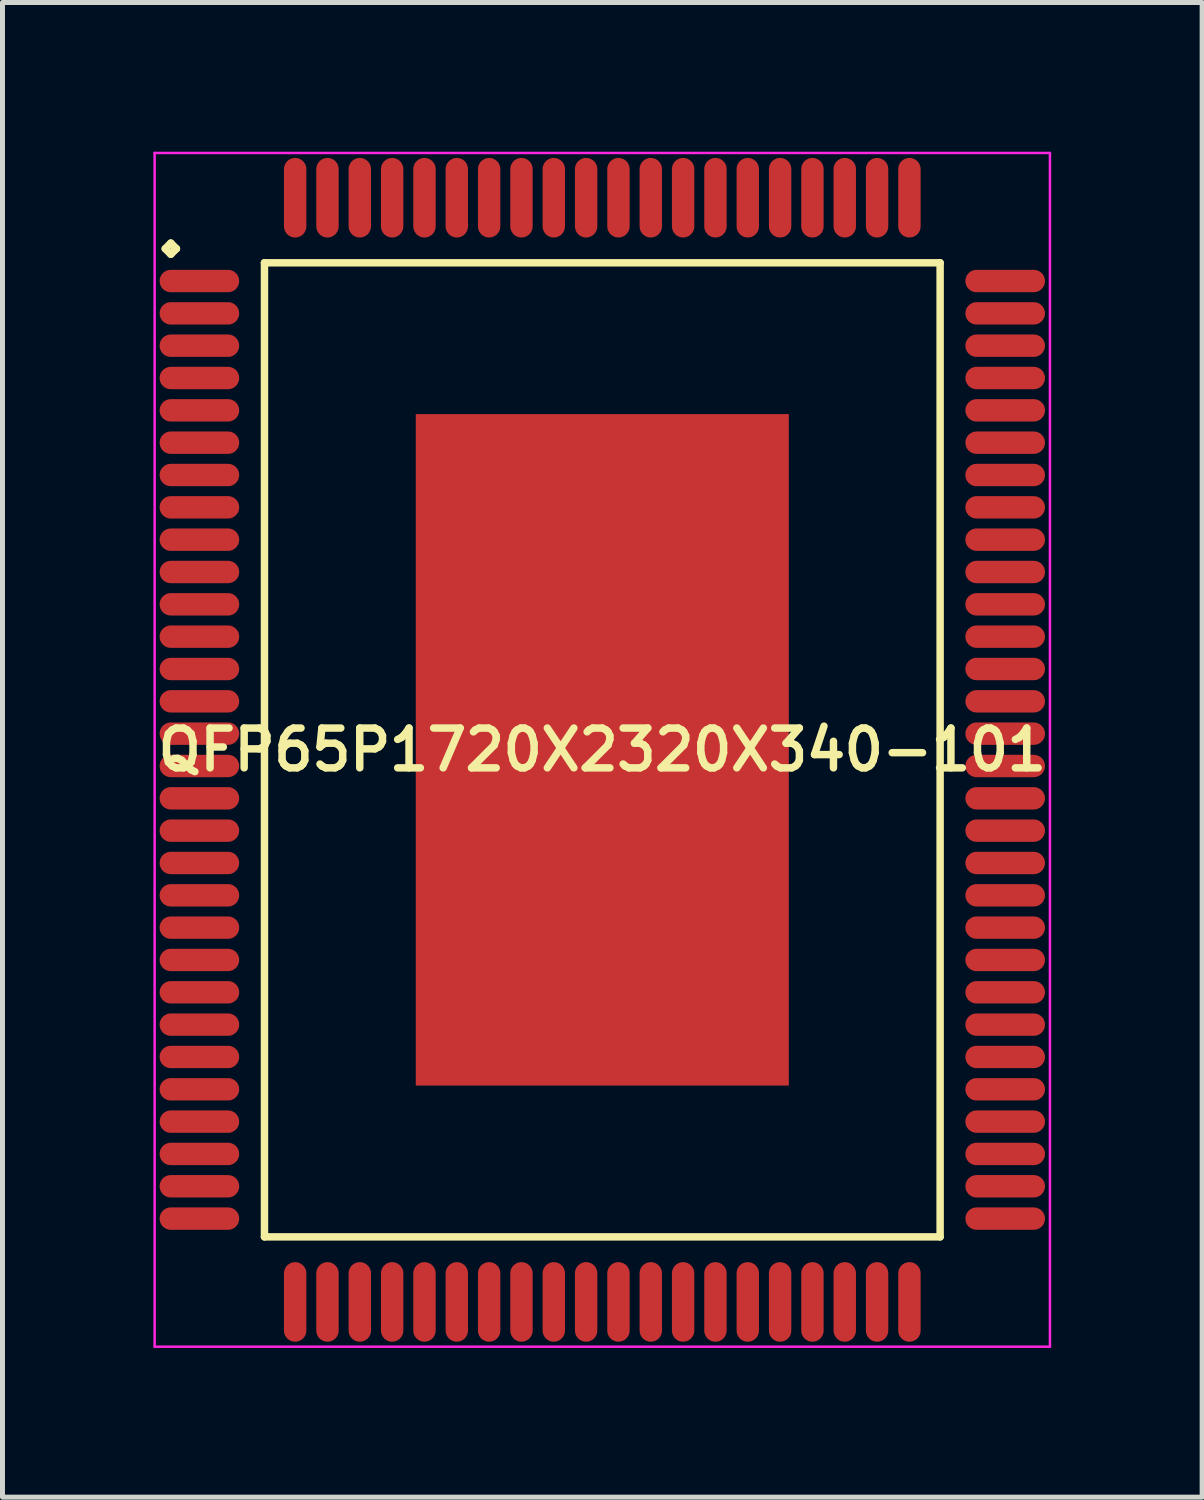
<source format=kicad_pcb>
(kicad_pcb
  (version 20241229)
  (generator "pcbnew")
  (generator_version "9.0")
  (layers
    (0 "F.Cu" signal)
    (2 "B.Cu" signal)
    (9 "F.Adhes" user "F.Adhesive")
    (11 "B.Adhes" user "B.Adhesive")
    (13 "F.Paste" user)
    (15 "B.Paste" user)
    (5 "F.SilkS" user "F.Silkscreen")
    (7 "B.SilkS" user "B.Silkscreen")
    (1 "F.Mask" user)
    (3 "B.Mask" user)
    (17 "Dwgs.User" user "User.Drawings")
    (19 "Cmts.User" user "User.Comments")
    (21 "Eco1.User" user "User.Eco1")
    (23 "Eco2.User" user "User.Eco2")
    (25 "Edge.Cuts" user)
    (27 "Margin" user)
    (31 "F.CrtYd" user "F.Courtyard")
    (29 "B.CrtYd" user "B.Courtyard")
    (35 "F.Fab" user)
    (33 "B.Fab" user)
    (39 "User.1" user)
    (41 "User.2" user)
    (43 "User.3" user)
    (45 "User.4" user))
  (footprint "QFP65P1720X2320X340-101"
    (layer "F.Cu")
    (at 9.059 12.025)
    (property "Reference" "QFP65P1720X2320X340-101" (at 0 0 0) (layer "F.SilkS") (effects (font (size 0.8 0.8) (thickness 0.15))))
    (attr smd)
    (fp_line (start -8.787 -10.075) (end -8.675 -10.188) (stroke (width 0.15) (type solid)) (layer "F.SilkS"))
    (fp_line (start -8.675 -10.188) (end -8.562 -10.075) (stroke (width 0.15) (type solid)) (layer "F.SilkS"))
    (fp_line (start -8.675 -9.963) (end -8.787 -10.075) (stroke (width 0.15) (type solid)) (layer "F.SilkS"))
    (fp_line (start -8.562 -10.075) (end -8.675 -9.963) (stroke (width 0.15) (type solid)) (layer "F.SilkS"))
    (fp_line (start -6.792 -9.792) (end -6.792 9.792) (stroke (width 0.15) (type solid)) (layer "F.SilkS"))
    (fp_line (start -6.792 9.792) (end 6.792 9.792) (stroke (width 0.15) (type solid)) (layer "F.SilkS"))
    (fp_line (start 6.792 -9.792) (end -6.792 -9.792) (stroke (width 0.15) (type solid)) (layer "F.SilkS"))
    (fp_line (start 6.792 9.792) (end 6.792 -9.792) (stroke (width 0.15) (type solid)) (layer "F.SilkS"))
    (fp_line (start -9 -12) (end 9 -12) (stroke (width 0.05) (type solid)) (layer "F.CrtYd"))
    (fp_line (start -9 12) (end -9 -12) (stroke (width 0.05) (type solid)) (layer "F.CrtYd"))
    (fp_line (start 9 -12) (end 9 12) (stroke (width 0.05) (type solid)) (layer "F.CrtYd"))
    (fp_line (start 9 12) (end -9 12) (stroke (width 0.05) (type solid)) (layer "F.CrtYd"))
    (pad "1" smd oval (at -8.1 -9.425) (size 1.6 0.45) (layers "F.Cu" "F.Mask" "F.Paste"))
    (pad "2" smd oval (at -8.1 -8.775) (size 1.6 0.45) (layers "F.Cu" "F.Mask" "F.Paste"))
    (pad "3" smd oval (at -8.1 -8.125) (size 1.6 0.45) (layers "F.Cu" "F.Mask" "F.Paste"))
    (pad "4" smd oval (at -8.1 -7.475) (size 1.6 0.45) (layers "F.Cu" "F.Mask" "F.Paste"))
    (pad "5" smd oval (at -8.1 -6.825) (size 1.6 0.45) (layers "F.Cu" "F.Mask" "F.Paste"))
    (pad "6" smd oval (at -8.1 -6.175) (size 1.6 0.45) (layers "F.Cu" "F.Mask" "F.Paste"))
    (pad "7" smd oval (at -8.1 -5.525) (size 1.6 0.45) (layers "F.Cu" "F.Mask" "F.Paste"))
    (pad "8" smd oval (at -8.1 -4.875) (size 1.6 0.45) (layers "F.Cu" "F.Mask" "F.Paste"))
    (pad "9" smd oval (at -8.1 -4.225) (size 1.6 0.45) (layers "F.Cu" "F.Mask" "F.Paste"))
    (pad "10" smd oval (at -8.1 -3.575) (size 1.6 0.45) (layers "F.Cu" "F.Mask" "F.Paste"))
    (pad "11" smd oval (at -8.1 -2.925) (size 1.6 0.45) (layers "F.Cu" "F.Mask" "F.Paste"))
    (pad "12" smd oval (at -8.1 -2.275) (size 1.6 0.45) (layers "F.Cu" "F.Mask" "F.Paste"))
    (pad "13" smd oval (at -8.1 -1.625) (size 1.6 0.45) (layers "F.Cu" "F.Mask" "F.Paste"))
    (pad "14" smd oval (at -8.1 -0.975) (size 1.6 0.45) (layers "F.Cu" "F.Mask" "F.Paste"))
    (pad "15" smd oval (at -8.1 -0.325) (size 1.6 0.45) (layers "F.Cu" "F.Mask" "F.Paste"))
    (pad "16" smd oval (at -8.1 0.325) (size 1.6 0.45) (layers "F.Cu" "F.Mask" "F.Paste"))
    (pad "17" smd oval (at -8.1 0.975) (size 1.6 0.45) (layers "F.Cu" "F.Mask" "F.Paste"))
    (pad "18" smd oval (at -8.1 1.625) (size 1.6 0.45) (layers "F.Cu" "F.Mask" "F.Paste"))
    (pad "19" smd oval (at -8.1 2.275) (size 1.6 0.45) (layers "F.Cu" "F.Mask" "F.Paste"))
    (pad "20" smd oval (at -8.1 2.925) (size 1.6 0.45) (layers "F.Cu" "F.Mask" "F.Paste"))
    (pad "21" smd oval (at -8.1 3.575) (size 1.6 0.45) (layers "F.Cu" "F.Mask" "F.Paste"))
    (pad "22" smd oval (at -8.1 4.225) (size 1.6 0.45) (layers "F.Cu" "F.Mask" "F.Paste"))
    (pad "23" smd oval (at -8.1 4.875) (size 1.6 0.45) (layers "F.Cu" "F.Mask" "F.Paste"))
    (pad "24" smd oval (at -8.1 5.525) (size 1.6 0.45) (layers "F.Cu" "F.Mask" "F.Paste"))
    (pad "25" smd oval (at -8.1 6.175) (size 1.6 0.45) (layers "F.Cu" "F.Mask" "F.Paste"))
    (pad "26" smd oval (at -8.1 6.825) (size 1.6 0.45) (layers "F.Cu" "F.Mask" "F.Paste"))
    (pad "27" smd oval (at -8.1 7.475) (size 1.6 0.45) (layers "F.Cu" "F.Mask" "F.Paste"))
    (pad "28" smd oval (at -8.1 8.125) (size 1.6 0.45) (layers "F.Cu" "F.Mask" "F.Paste"))
    (pad "29" smd oval (at -8.1 8.775) (size 1.6 0.45) (layers "F.Cu" "F.Mask" "F.Paste"))
    (pad "30" smd oval (at -8.1 9.425) (size 1.6 0.45) (layers "F.Cu" "F.Mask" "F.Paste"))
    (pad "31" smd oval (at -6.175 11.1) (size 0.45 1.6) (layers "F.Cu" "F.Mask" "F.Paste"))
    (pad "32" smd oval (at -5.525 11.1) (size 0.45 1.6) (layers "F.Cu" "F.Mask" "F.Paste"))
    (pad "33" smd oval (at -4.875 11.1) (size 0.45 1.6) (layers "F.Cu" "F.Mask" "F.Paste"))
    (pad "34" smd oval (at -4.225 11.1) (size 0.45 1.6) (layers "F.Cu" "F.Mask" "F.Paste"))
    (pad "35" smd oval (at -3.575 11.1) (size 0.45 1.6) (layers "F.Cu" "F.Mask" "F.Paste"))
    (pad "36" smd oval (at -2.925 11.1) (size 0.45 1.6) (layers "F.Cu" "F.Mask" "F.Paste"))
    (pad "37" smd oval (at -2.275 11.1) (size 0.45 1.6) (layers "F.Cu" "F.Mask" "F.Paste"))
    (pad "38" smd oval (at -1.625 11.1) (size 0.45 1.6) (layers "F.Cu" "F.Mask" "F.Paste"))
    (pad "39" smd oval (at -0.975 11.1) (size 0.45 1.6) (layers "F.Cu" "F.Mask" "F.Paste"))
    (pad "40" smd oval (at -0.325 11.1) (size 0.45 1.6) (layers "F.Cu" "F.Mask" "F.Paste"))
    (pad "41" smd oval (at 0.325 11.1) (size 0.45 1.6) (layers "F.Cu" "F.Mask" "F.Paste"))
    (pad "42" smd oval (at 0.975 11.1) (size 0.45 1.6) (layers "F.Cu" "F.Mask" "F.Paste"))
    (pad "43" smd oval (at 1.625 11.1) (size 0.45 1.6) (layers "F.Cu" "F.Mask" "F.Paste"))
    (pad "44" smd oval (at 2.275 11.1) (size 0.45 1.6) (layers "F.Cu" "F.Mask" "F.Paste"))
    (pad "45" smd oval (at 2.925 11.1) (size 0.45 1.6) (layers "F.Cu" "F.Mask" "F.Paste"))
    (pad "46" smd oval (at 3.575 11.1) (size 0.45 1.6) (layers "F.Cu" "F.Mask" "F.Paste"))
    (pad "47" smd oval (at 4.225 11.1) (size 0.45 1.6) (layers "F.Cu" "F.Mask" "F.Paste"))
    (pad "48" smd oval (at 4.875 11.1) (size 0.45 1.6) (layers "F.Cu" "F.Mask" "F.Paste"))
    (pad "49" smd oval (at 5.525 11.1) (size 0.45 1.6) (layers "F.Cu" "F.Mask" "F.Paste"))
    (pad "50" smd oval (at 6.175 11.1) (size 0.45 1.6) (layers "F.Cu" "F.Mask" "F.Paste"))
    (pad "51" smd oval (at 8.1 9.425) (size 1.6 0.45) (layers "F.Cu" "F.Mask" "F.Paste"))
    (pad "52" smd oval (at 8.1 8.775) (size 1.6 0.45) (layers "F.Cu" "F.Mask" "F.Paste"))
    (pad "53" smd oval (at 8.1 8.125) (size 1.6 0.45) (layers "F.Cu" "F.Mask" "F.Paste"))
    (pad "54" smd oval (at 8.1 7.475) (size 1.6 0.45) (layers "F.Cu" "F.Mask" "F.Paste"))
    (pad "55" smd oval (at 8.1 6.825) (size 1.6 0.45) (layers "F.Cu" "F.Mask" "F.Paste"))
    (pad "56" smd oval (at 8.1 6.175) (size 1.6 0.45) (layers "F.Cu" "F.Mask" "F.Paste"))
    (pad "57" smd oval (at 8.1 5.525) (size 1.6 0.45) (layers "F.Cu" "F.Mask" "F.Paste"))
    (pad "58" smd oval (at 8.1 4.875) (size 1.6 0.45) (layers "F.Cu" "F.Mask" "F.Paste"))
    (pad "59" smd oval (at 8.1 4.225) (size 1.6 0.45) (layers "F.Cu" "F.Mask" "F.Paste"))
    (pad "60" smd oval (at 8.1 3.575) (size 1.6 0.45) (layers "F.Cu" "F.Mask" "F.Paste"))
    (pad "61" smd oval (at 8.1 2.925) (size 1.6 0.45) (layers "F.Cu" "F.Mask" "F.Paste"))
    (pad "62" smd oval (at 8.1 2.275) (size 1.6 0.45) (layers "F.Cu" "F.Mask" "F.Paste"))
    (pad "63" smd oval (at 8.1 1.625) (size 1.6 0.45) (layers "F.Cu" "F.Mask" "F.Paste"))
    (pad "64" smd oval (at 8.1 0.975) (size 1.6 0.45) (layers "F.Cu" "F.Mask" "F.Paste"))
    (pad "65" smd oval (at 8.1 0.325) (size 1.6 0.45) (layers "F.Cu" "F.Mask" "F.Paste"))
    (pad "66" smd oval (at 8.1 -0.325) (size 1.6 0.45) (layers "F.Cu" "F.Mask" "F.Paste"))
    (pad "67" smd oval (at 8.1 -0.975) (size 1.6 0.45) (layers "F.Cu" "F.Mask" "F.Paste"))
    (pad "68" smd oval (at 8.1 -1.625) (size 1.6 0.45) (layers "F.Cu" "F.Mask" "F.Paste"))
    (pad "69" smd oval (at 8.1 -2.275) (size 1.6 0.45) (layers "F.Cu" "F.Mask" "F.Paste"))
    (pad "70" smd oval (at 8.1 -2.925) (size 1.6 0.45) (layers "F.Cu" "F.Mask" "F.Paste"))
    (pad "71" smd oval (at 8.1 -3.575) (size 1.6 0.45) (layers "F.Cu" "F.Mask" "F.Paste"))
    (pad "72" smd oval (at 8.1 -4.225) (size 1.6 0.45) (layers "F.Cu" "F.Mask" "F.Paste"))
    (pad "73" smd oval (at 8.1 -4.875) (size 1.6 0.45) (layers "F.Cu" "F.Mask" "F.Paste"))
    (pad "74" smd oval (at 8.1 -5.525) (size 1.6 0.45) (layers "F.Cu" "F.Mask" "F.Paste"))
    (pad "75" smd oval (at 8.1 -6.175) (size 1.6 0.45) (layers "F.Cu" "F.Mask" "F.Paste"))
    (pad "76" smd oval (at 8.1 -6.825) (size 1.6 0.45) (layers "F.Cu" "F.Mask" "F.Paste"))
    (pad "77" smd oval (at 8.1 -7.475) (size 1.6 0.45) (layers "F.Cu" "F.Mask" "F.Paste"))
    (pad "78" smd oval (at 8.1 -8.125) (size 1.6 0.45) (layers "F.Cu" "F.Mask" "F.Paste"))
    (pad "79" smd oval (at 8.1 -8.775) (size 1.6 0.45) (layers "F.Cu" "F.Mask" "F.Paste"))
    (pad "80" smd oval (at 8.1 -9.425) (size 1.6 0.45) (layers "F.Cu" "F.Mask" "F.Paste"))
    (pad "81" smd oval (at 6.175 -11.1) (size 0.45 1.6) (layers "F.Cu" "F.Mask" "F.Paste"))
    (pad "82" smd oval (at 5.525 -11.1) (size 0.45 1.6) (layers "F.Cu" "F.Mask" "F.Paste"))
    (pad "83" smd oval (at 4.875 -11.1) (size 0.45 1.6) (layers "F.Cu" "F.Mask" "F.Paste"))
    (pad "84" smd oval (at 4.225 -11.1) (size 0.45 1.6) (layers "F.Cu" "F.Mask" "F.Paste"))
    (pad "85" smd oval (at 3.575 -11.1) (size 0.45 1.6) (layers "F.Cu" "F.Mask" "F.Paste"))
    (pad "86" smd oval (at 2.925 -11.1) (size 0.45 1.6) (layers "F.Cu" "F.Mask" "F.Paste"))
    (pad "87" smd oval (at 2.275 -11.1) (size 0.45 1.6) (layers "F.Cu" "F.Mask" "F.Paste"))
    (pad "88" smd oval (at 1.625 -11.1) (size 0.45 1.6) (layers "F.Cu" "F.Mask" "F.Paste"))
    (pad "89" smd oval (at 0.975 -11.1) (size 0.45 1.6) (layers "F.Cu" "F.Mask" "F.Paste"))
    (pad "90" smd oval (at 0.325 -11.1) (size 0.45 1.6) (layers "F.Cu" "F.Mask" "F.Paste"))
    (pad "91" smd oval (at -0.325 -11.1) (size 0.45 1.6) (layers "F.Cu" "F.Mask" "F.Paste"))
    (pad "92" smd oval (at -0.975 -11.1) (size 0.45 1.6) (layers "F.Cu" "F.Mask" "F.Paste"))
    (pad "93" smd oval (at -1.625 -11.1) (size 0.45 1.6) (layers "F.Cu" "F.Mask" "F.Paste"))
    (pad "94" smd oval (at -2.275 -11.1) (size 0.45 1.6) (layers "F.Cu" "F.Mask" "F.Paste"))
    (pad "95" smd oval (at -2.925 -11.1) (size 0.45 1.6) (layers "F.Cu" "F.Mask" "F.Paste"))
    (pad "96" smd oval (at -3.575 -11.1) (size 0.45 1.6) (layers "F.Cu" "F.Mask" "F.Paste"))
    (pad "97" smd oval (at -4.225 -11.1) (size 0.45 1.6) (layers "F.Cu" "F.Mask" "F.Paste"))
    (pad "98" smd oval (at -4.875 -11.1) (size 0.45 1.6) (layers "F.Cu" "F.Mask" "F.Paste"))
    (pad "99" smd oval (at -5.525 -11.1) (size 0.45 1.6) (layers "F.Cu" "F.Mask" "F.Paste"))
    (pad "100" smd oval (at -6.175 -11.1) (size 0.45 1.6) (layers "F.Cu" "F.Mask" "F.Paste"))
    (pad "101" smd rect (at 0 0) (size 7.5 13.5) (layers "F.Cu" "F.Mask" "F.Paste")))
  (gr_rect
    (start -3 -3)
    (end 21.119 27.05)
    (stroke (width 0.1) (type default))
    (fill no)
    (layer "Edge.Cuts")))
</source>
